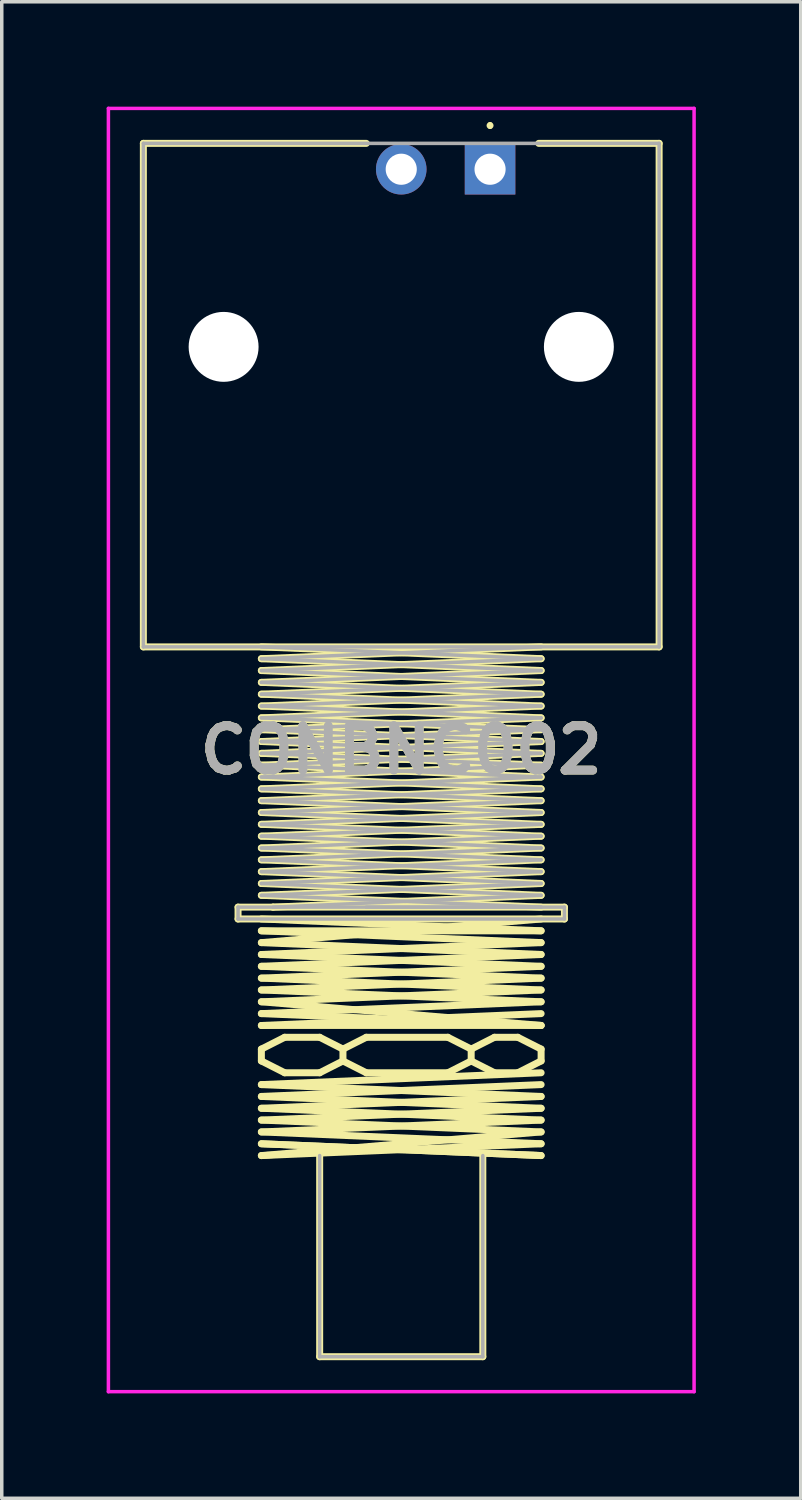
<source format=kicad_pcb>
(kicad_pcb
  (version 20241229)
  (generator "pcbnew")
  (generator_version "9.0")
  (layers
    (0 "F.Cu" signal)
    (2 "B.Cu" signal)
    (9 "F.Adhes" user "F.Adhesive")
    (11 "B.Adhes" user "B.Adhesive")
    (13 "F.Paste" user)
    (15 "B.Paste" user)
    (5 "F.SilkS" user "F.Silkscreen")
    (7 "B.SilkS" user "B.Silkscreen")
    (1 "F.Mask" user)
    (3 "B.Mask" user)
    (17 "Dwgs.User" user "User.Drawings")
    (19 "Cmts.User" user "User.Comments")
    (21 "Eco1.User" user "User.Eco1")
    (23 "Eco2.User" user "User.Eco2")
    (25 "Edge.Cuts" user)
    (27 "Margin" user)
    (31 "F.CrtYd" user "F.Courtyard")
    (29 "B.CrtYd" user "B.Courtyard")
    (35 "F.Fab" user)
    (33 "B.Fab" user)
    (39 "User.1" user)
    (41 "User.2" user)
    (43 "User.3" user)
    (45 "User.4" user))
  (footprint "CONBNC002"
    (layer "F.Cu")
    (at 10.965 1.79)
    (property "Reference" "CONBNC002" (at -2.54 16.61 0) (layer "F.SilkS") (effects (font (size 1.27 1.27) (thickness 0.254))))
    (attr through_hole)
    (fp_line (start -9.915 -0.74) (end -3.54 -0.74) (stroke (width 0.2) (type solid)) (layer "F.SilkS"))
    (fp_line (start -9.915 13.66) (end -9.915 -0.74) (stroke (width 0.2) (type solid)) (layer "F.SilkS"))
    (fp_line (start -7.207 21.103) (end -7.207 21.442) (stroke (width 0.2) (type solid)) (layer "F.SilkS"))
    (fp_line (start -7.207 21.442) (end 2.127 21.442) (stroke (width 0.2) (type solid)) (layer "F.SilkS"))
    (fp_line (start -6.54 13.998) (end 1.46 14.337) (stroke (width 0.2) (type solid)) (layer "F.SilkS"))
    (fp_line (start -6.54 14.337) (end 1.46 13.998) (stroke (width 0.2) (type solid)) (layer "F.SilkS"))
    (fp_line (start -6.54 14.675) (end 1.46 15.013) (stroke (width 0.2) (type solid)) (layer "F.SilkS"))
    (fp_line (start -6.54 15.013) (end 1.46 14.675) (stroke (width 0.2) (type solid)) (layer "F.SilkS"))
    (fp_line (start -6.54 15.352) (end 1.46 15.69) (stroke (width 0.2) (type solid)) (layer "F.SilkS"))
    (fp_line (start -6.54 15.69) (end 1.46 15.352) (stroke (width 0.2) (type solid)) (layer "F.SilkS"))
    (fp_line (start -6.54 16.028) (end 1.46 16.367) (stroke (width 0.2) (type solid)) (layer "F.SilkS"))
    (fp_line (start -6.54 16.367) (end 1.46 16.028) (stroke (width 0.2) (type solid)) (layer "F.SilkS"))
    (fp_line (start -6.54 16.705) (end 1.46 17.043) (stroke (width 0.2) (type solid)) (layer "F.SilkS"))
    (fp_line (start -6.54 17.043) (end 1.46 16.705) (stroke (width 0.2) (type solid)) (layer "F.SilkS"))
    (fp_line (start -6.54 17.382) (end 1.46 17.72) (stroke (width 0.2) (type solid)) (layer "F.SilkS"))
    (fp_line (start -6.54 17.72) (end 1.46 17.382) (stroke (width 0.2) (type solid)) (layer "F.SilkS"))
    (fp_line (start -6.54 18.058) (end 1.46 18.397) (stroke (width 0.2) (type solid)) (layer "F.SilkS"))
    (fp_line (start -6.54 18.397) (end 1.46 18.058) (stroke (width 0.2) (type solid)) (layer "F.SilkS"))
    (fp_line (start -6.54 18.735) (end 1.46 19.073) (stroke (width 0.2) (type solid)) (layer "F.SilkS"))
    (fp_line (start -6.54 19.073) (end 1.46 18.735) (stroke (width 0.2) (type solid)) (layer "F.SilkS"))
    (fp_line (start -6.54 19.412) (end 1.46 19.75) (stroke (width 0.2) (type solid)) (layer "F.SilkS"))
    (fp_line (start -6.54 19.75) (end 1.46 19.412) (stroke (width 0.2) (type solid)) (layer "F.SilkS"))
    (fp_line (start -6.54 20.088) (end 1.46 20.427) (stroke (width 0.2) (type solid)) (layer "F.SilkS"))
    (fp_line (start -6.54 20.427) (end 1.46 20.088) (stroke (width 0.2) (type solid)) (layer "F.SilkS"))
    (fp_line (start -6.54 20.765) (end 1.46 21.103) (stroke (width 0.2) (type solid)) (layer "F.SilkS"))
    (fp_line (start -6.54 21.78) (end 1.46 21.78) (stroke (width 0.2) (type solid)) (layer "F.SilkS"))
    (fp_line (start -6.54 22.118) (end 1.46 22.457) (stroke (width 0.2) (type solid)) (layer "F.SilkS"))
    (fp_line (start -6.54 22.457) (end 1.46 22.118) (stroke (width 0.2) (type solid)) (layer "F.SilkS"))
    (fp_line (start -6.54 22.795) (end 1.46 23.133) (stroke (width 0.2) (type solid)) (layer "F.SilkS"))
    (fp_line (start -6.54 23.133) (end 1.46 22.795) (stroke (width 0.2) (type solid)) (layer "F.SilkS"))
    (fp_line (start -6.54 23.472) (end 1.46 23.81) (stroke (width 0.2) (type solid)) (layer "F.SilkS"))
    (fp_line (start -6.54 23.81) (end 1.46 23.472) (stroke (width 0.2) (type solid)) (layer "F.SilkS"))
    (fp_line (start -6.54 24.148) (end 1.46 24.487) (stroke (width 0.2) (type solid)) (layer "F.SilkS"))
    (fp_line (start -6.54 24.487) (end 1.46 24.487) (stroke (width 0.2) (type solid)) (layer "F.SilkS"))
    (fp_line (start -6.54 25.163) (end -5.873 24.825) (stroke (width 0.2) (type solid)) (layer "F.SilkS"))
    (fp_line (start -6.54 25.502) (end -6.54 25.163) (stroke (width 0.2) (type solid)) (layer "F.SilkS"))
    (fp_line (start -6.54 26.178) (end 1.46 26.517) (stroke (width 0.2) (type solid)) (layer "F.SilkS"))
    (fp_line (start -6.54 26.517) (end 1.46 26.178) (stroke (width 0.2) (type solid)) (layer "F.SilkS"))
    (fp_line (start -6.54 26.855) (end 1.46 27.193) (stroke (width 0.2) (type solid)) (layer "F.SilkS"))
    (fp_line (start -6.54 27.193) (end 1.46 26.855) (stroke (width 0.2) (type solid)) (layer "F.SilkS"))
    (fp_line (start -6.54 27.532) (end 1.46 27.87) (stroke (width 0.2) (type solid)) (layer "F.SilkS"))
    (fp_line (start -6.54 27.87) (end 1.46 28.208) (stroke (width 0.2) (type solid)) (layer "F.SilkS"))
    (fp_line (start -6.54 28.208) (end 1.46 27.532) (stroke (width 0.2) (type solid)) (layer "F.SilkS"))
    (fp_line (start -6.207 21.103) (end -7.207 21.103) (stroke (width 0.2) (type solid)) (layer "F.SilkS"))
    (fp_line (start -6.207 21.103) (end 1.46 20.765) (stroke (width 0.2) (type solid)) (layer "F.SilkS"))
    (fp_line (start -5.873 24.825) (end -4.873 24.825) (stroke (width 0.2) (type solid)) (layer "F.SilkS"))
    (fp_line (start -5.873 25.84) (end -6.54 25.502) (stroke (width 0.2) (type solid)) (layer "F.SilkS"))
    (fp_line (start -4.873 24.825) (end -4.207 25.163) (stroke (width 0.2) (type solid)) (layer "F.SilkS"))
    (fp_line (start -4.873 25.84) (end -5.873 25.84) (stroke (width 0.2) (type solid)) (layer "F.SilkS"))
    (fp_line (start -4.873 33.96) (end -4.873 28.208) (stroke (width 0.2) (type solid)) (layer "F.SilkS"))
    (fp_line (start -4.207 25.163) (end -4.207 25.502) (stroke (width 0.2) (type solid)) (layer "F.SilkS"))
    (fp_line (start -4.207 25.502) (end -4.873 25.84) (stroke (width 0.2) (type solid)) (layer "F.SilkS"))
    (fp_line (start -4.207 25.502) (end -3.54 25.84) (stroke (width 0.2) (type solid)) (layer "F.SilkS"))
    (fp_line (start -3.54 24.825) (end -4.207 25.163) (stroke (width 0.2) (type solid)) (layer "F.SilkS"))
    (fp_line (start -3.54 25.84) (end -1.207 25.84) (stroke (width 0.2) (type solid)) (layer "F.SilkS"))
    (fp_line (start -1.207 24.825) (end -3.54 24.825) (stroke (width 0.2) (type solid)) (layer "F.SilkS"))
    (fp_line (start -1.207 25.84) (end -0.54 25.502) (stroke (width 0.2) (type solid)) (layer "F.SilkS"))
    (fp_line (start -0.54 25.163) (end -1.207 24.825) (stroke (width 0.2) (type solid)) (layer "F.SilkS"))
    (fp_line (start -0.54 25.502) (end -0.54 25.163) (stroke (width 0.2) (type solid)) (layer "F.SilkS"))
    (fp_line (start -0.54 25.502) (end 0.127 25.84) (stroke (width 0.2) (type solid)) (layer "F.SilkS"))
    (fp_line (start -0.207 28.208) (end -0.207 33.96) (stroke (width 0.2) (type solid)) (layer "F.SilkS"))
    (fp_line (start -0.207 33.96) (end -4.873 33.96) (stroke (width 0.2) (type solid)) (layer "F.SilkS"))
    (fp_line (start 0 -1.3) (end 0 -1.3) (stroke (width 0.1) (type solid)) (layer "F.SilkS"))
    (fp_line (start 0 -1.2) (end 0 -1.2) (stroke (width 0.1) (type solid)) (layer "F.SilkS"))
    (fp_line (start 0.127 24.825) (end -0.54 25.163) (stroke (width 0.2) (type solid)) (layer "F.SilkS"))
    (fp_line (start 0.127 25.84) (end 0.793 25.84) (stroke (width 0.2) (type solid)) (layer "F.SilkS"))
    (fp_line (start 0.793 24.825) (end 0.127 24.825) (stroke (width 0.2) (type solid)) (layer "F.SilkS"))
    (fp_line (start 0.793 25.84) (end 1.46 25.502) (stroke (width 0.2) (type solid)) (layer "F.SilkS"))
    (fp_line (start 1.393 -0.74) (end 4.835 -0.74) (stroke (width 0.2) (type solid)) (layer "F.SilkS"))
    (fp_line (start 1.46 13.66) (end -6.54 13.998) (stroke (width 0.2) (type solid)) (layer "F.SilkS"))
    (fp_line (start 1.46 13.998) (end -6.54 13.66) (stroke (width 0.2) (type solid)) (layer "F.SilkS"))
    (fp_line (start 1.46 14.337) (end -6.54 14.675) (stroke (width 0.2) (type solid)) (layer "F.SilkS"))
    (fp_line (start 1.46 14.675) (end -6.54 14.337) (stroke (width 0.2) (type solid)) (layer "F.SilkS"))
    (fp_line (start 1.46 15.013) (end -6.54 15.352) (stroke (width 0.2) (type solid)) (layer "F.SilkS"))
    (fp_line (start 1.46 15.352) (end -6.54 15.013) (stroke (width 0.2) (type solid)) (layer "F.SilkS"))
    (fp_line (start 1.46 15.69) (end -6.54 16.028) (stroke (width 0.2) (type solid)) (layer "F.SilkS"))
    (fp_line (start 1.46 16.028) (end -6.54 15.69) (stroke (width 0.2) (type solid)) (layer "F.SilkS"))
    (fp_line (start 1.46 16.367) (end -6.54 16.705) (stroke (width 0.2) (type solid)) (layer "F.SilkS"))
    (fp_line (start 1.46 16.705) (end -6.54 16.367) (stroke (width 0.2) (type solid)) (layer "F.SilkS"))
    (fp_line (start 1.46 17.043) (end -6.54 17.382) (stroke (width 0.2) (type solid)) (layer "F.SilkS"))
    (fp_line (start 1.46 17.382) (end -6.54 17.043) (stroke (width 0.2) (type solid)) (layer "F.SilkS"))
    (fp_line (start 1.46 17.72) (end -6.54 18.058) (stroke (width 0.2) (type solid)) (layer "F.SilkS"))
    (fp_line (start 1.46 18.058) (end -6.54 17.72) (stroke (width 0.2) (type solid)) (layer "F.SilkS"))
    (fp_line (start 1.46 18.397) (end -6.54 18.735) (stroke (width 0.2) (type solid)) (layer "F.SilkS"))
    (fp_line (start 1.46 18.735) (end -6.54 18.397) (stroke (width 0.2) (type solid)) (layer "F.SilkS"))
    (fp_line (start 1.46 19.073) (end -6.54 19.412) (stroke (width 0.2) (type solid)) (layer "F.SilkS"))
    (fp_line (start 1.46 19.412) (end -6.54 19.073) (stroke (width 0.2) (type solid)) (layer "F.SilkS"))
    (fp_line (start 1.46 19.75) (end -6.54 20.088) (stroke (width 0.2) (type solid)) (layer "F.SilkS"))
    (fp_line (start 1.46 20.088) (end -6.54 19.75) (stroke (width 0.2) (type solid)) (layer "F.SilkS"))
    (fp_line (start 1.46 20.427) (end -6.54 20.765) (stroke (width 0.2) (type solid)) (layer "F.SilkS"))
    (fp_line (start 1.46 20.765) (end -6.54 20.427) (stroke (width 0.2) (type solid)) (layer "F.SilkS"))
    (fp_line (start 1.46 21.442) (end -6.54 22.118) (stroke (width 0.2) (type solid)) (layer "F.SilkS"))
    (fp_line (start 1.46 21.78) (end -6.54 21.442) (stroke (width 0.2) (type solid)) (layer "F.SilkS"))
    (fp_line (start 1.46 22.118) (end -6.54 21.78) (stroke (width 0.2) (type solid)) (layer "F.SilkS"))
    (fp_line (start 1.46 22.457) (end -6.54 22.795) (stroke (width 0.2) (type solid)) (layer "F.SilkS"))
    (fp_line (start 1.46 22.795) (end -6.54 22.457) (stroke (width 0.2) (type solid)) (layer "F.SilkS"))
    (fp_line (start 1.46 23.133) (end -6.54 23.472) (stroke (width 0.2) (type solid)) (layer "F.SilkS"))
    (fp_line (start 1.46 23.472) (end -6.54 23.133) (stroke (width 0.2) (type solid)) (layer "F.SilkS"))
    (fp_line (start 1.46 23.81) (end -6.54 24.148) (stroke (width 0.2) (type solid)) (layer "F.SilkS"))
    (fp_line (start 1.46 24.148) (end -6.54 24.487) (stroke (width 0.2) (type solid)) (layer "F.SilkS"))
    (fp_line (start 1.46 24.487) (end -6.54 23.81) (stroke (width 0.2) (type solid)) (layer "F.SilkS"))
    (fp_line (start 1.46 25.163) (end 0.793 24.825) (stroke (width 0.2) (type solid)) (layer "F.SilkS"))
    (fp_line (start 1.46 25.502) (end 1.46 25.163) (stroke (width 0.2) (type solid)) (layer "F.SilkS"))
    (fp_line (start 1.46 25.84) (end -6.54 26.178) (stroke (width 0.2) (type solid)) (layer "F.SilkS"))
    (fp_line (start 1.46 26.517) (end -6.54 26.855) (stroke (width 0.2) (type solid)) (layer "F.SilkS"))
    (fp_line (start 1.46 26.855) (end -6.54 26.517) (stroke (width 0.2) (type solid)) (layer "F.SilkS"))
    (fp_line (start 1.46 27.193) (end -6.54 27.532) (stroke (width 0.2) (type solid)) (layer "F.SilkS"))
    (fp_line (start 1.46 27.532) (end -6.54 27.193) (stroke (width 0.2) (type solid)) (layer "F.SilkS"))
    (fp_line (start 1.46 27.87) (end -6.54 28.208) (stroke (width 0.2) (type solid)) (layer "F.SilkS"))
    (fp_line (start 1.46 28.208) (end -6.54 27.87) (stroke (width 0.2) (type solid)) (layer "F.SilkS"))
    (fp_line (start 2.127 21.103) (end -6.207 21.103) (stroke (width 0.2) (type solid)) (layer "F.SilkS"))
    (fp_line (start 2.127 21.442) (end 2.127 21.103) (stroke (width 0.2) (type solid)) (layer "F.SilkS"))
    (fp_line (start 4.835 -0.74) (end 4.835 13.66) (stroke (width 0.2) (type solid)) (layer "F.SilkS"))
    (fp_line (start 4.835 13.66) (end -9.915 13.66) (stroke (width 0.2) (type solid)) (layer "F.SilkS"))
    (fp_arc (start 0 -1.3) (mid 0.05 -1.25) (end 0 -1.2) (stroke (width 0.1) (type solid)) (layer "F.SilkS"))
    (fp_arc (start 0 -1.2) (mid -0.05 -1.25) (end 0 -1.3) (stroke (width 0.1) (type solid)) (layer "F.SilkS"))
    (fp_line (start -10.915 -1.74) (end 5.835 -1.74) (stroke (width 0.1) (type solid)) (layer "F.CrtYd"))
    (fp_line (start -10.915 34.96) (end -10.915 -1.74) (stroke (width 0.1) (type solid)) (layer "F.CrtYd"))
    (fp_line (start 5.835 -1.74) (end 5.835 34.96) (stroke (width 0.1) (type solid)) (layer "F.CrtYd"))
    (fp_line (start 5.835 34.96) (end -10.915 34.96) (stroke (width 0.1) (type solid)) (layer "F.CrtYd"))
    (fp_line (start -9.915 -0.74) (end 4.835 -0.74) (stroke (width 0.1) (type solid)) (layer "F.Fab"))
    (fp_line (start -9.915 13.66) (end -9.915 -0.74) (stroke (width 0.1) (type solid)) (layer "F.Fab"))
    (fp_line (start -7.207 21.103) (end -7.207 21.442) (stroke (width 0.1) (type solid)) (layer "F.Fab"))
    (fp_line (start -7.207 21.442) (end 2.127 21.442) (stroke (width 0.1) (type solid)) (layer "F.Fab"))
    (fp_line (start -6.54 13.998) (end 1.46 14.337) (stroke (width 0.1) (type solid)) (layer "F.Fab"))
    (fp_line (start -6.54 14.337) (end 1.46 13.998) (stroke (width 0.1) (type solid)) (layer "F.Fab"))
    (fp_line (start -6.54 14.675) (end 1.46 15.013) (stroke (width 0.1) (type solid)) (layer "F.Fab"))
    (fp_line (start -6.54 15.013) (end 1.46 14.675) (stroke (width 0.1) (type solid)) (layer "F.Fab"))
    (fp_line (start -6.54 15.352) (end 1.46 15.69) (stroke (width 0.1) (type solid)) (layer "F.Fab"))
    (fp_line (start -6.54 15.69) (end 1.46 15.352) (stroke (width 0.1) (type solid)) (layer "F.Fab"))
    (fp_line (start -6.54 16.028) (end 1.46 16.367) (stroke (width 0.1) (type solid)) (layer "F.Fab"))
    (fp_line (start -6.54 16.367) (end 1.46 16.028) (stroke (width 0.1) (type solid)) (layer "F.Fab"))
    (fp_line (start -6.54 16.705) (end 1.46 17.043) (stroke (width 0.1) (type solid)) (layer "F.Fab"))
    (fp_line (start -6.54 17.043) (end 1.46 16.705) (stroke (width 0.1) (type solid)) (layer "F.Fab"))
    (fp_line (start -6.54 17.382) (end 1.46 17.72) (stroke (width 0.1) (type solid)) (layer "F.Fab"))
    (fp_line (start -6.54 17.72) (end 1.46 17.382) (stroke (width 0.1) (type solid)) (layer "F.Fab"))
    (fp_line (start -6.54 18.058) (end 1.46 18.397) (stroke (width 0.1) (type solid)) (layer "F.Fab"))
    (fp_line (start -6.54 18.397) (end 1.46 18.058) (stroke (width 0.1) (type solid)) (layer "F.Fab"))
    (fp_line (start -6.54 18.735) (end 1.46 19.073) (stroke (width 0.1) (type solid)) (layer "F.Fab"))
    (fp_line (start -6.54 19.073) (end 1.46 18.735) (stroke (width 0.1) (type solid)) (layer "F.Fab"))
    (fp_line (start -6.54 19.412) (end 1.46 19.75) (stroke (width 0.1) (type solid)) (layer "F.Fab"))
    (fp_line (start -6.54 19.75) (end 1.46 19.412) (stroke (width 0.1) (type solid)) (layer "F.Fab"))
    (fp_line (start -6.54 20.088) (end 1.46 20.427) (stroke (width 0.1) (type solid)) (layer "F.Fab"))
    (fp_line (start -6.54 20.427) (end 1.46 20.088) (stroke (width 0.1) (type solid)) (layer "F.Fab"))
    (fp_line (start -6.54 20.765) (end 1.46 21.103) (stroke (width 0.1) (type solid)) (layer "F.Fab"))
    (fp_line (start -6.207 21.103) (end 1.46 20.765) (stroke (width 0.1) (type solid)) (layer "F.Fab"))
    (fp_line (start -4.873 33.96) (end -4.873 28.208) (stroke (width 0.1) (type solid)) (layer "F.Fab"))
    (fp_line (start -0.207 28.208) (end -0.207 33.96) (stroke (width 0.1) (type solid)) (layer "F.Fab"))
    (fp_line (start -0.207 33.96) (end -4.873 33.96) (stroke (width 0.1) (type solid)) (layer "F.Fab"))
    (fp_line (start 1.46 13.66) (end -6.54 13.998) (stroke (width 0.1) (type solid)) (layer "F.Fab"))
    (fp_line (start 1.46 13.998) (end -6.54 13.66) (stroke (width 0.1) (type solid)) (layer "F.Fab"))
    (fp_line (start 1.46 14.337) (end -6.54 14.675) (stroke (width 0.1) (type solid)) (layer "F.Fab"))
    (fp_line (start 1.46 14.675) (end -6.54 14.337) (stroke (width 0.1) (type solid)) (layer "F.Fab"))
    (fp_line (start 1.46 15.013) (end -6.54 15.352) (stroke (width 0.1) (type solid)) (layer "F.Fab"))
    (fp_line (start 1.46 15.352) (end -6.54 15.013) (stroke (width 0.1) (type solid)) (layer "F.Fab"))
    (fp_line (start 1.46 15.69) (end -6.54 16.028) (stroke (width 0.1) (type solid)) (layer "F.Fab"))
    (fp_line (start 1.46 16.028) (end -6.54 15.69) (stroke (width 0.1) (type solid)) (layer "F.Fab"))
    (fp_line (start 1.46 16.367) (end -6.54 16.705) (stroke (width 0.1) (type solid)) (layer "F.Fab"))
    (fp_line (start 1.46 16.705) (end -6.54 16.367) (stroke (width 0.1) (type solid)) (layer "F.Fab"))
    (fp_line (start 1.46 17.043) (end -6.54 17.382) (stroke (width 0.1) (type solid)) (layer "F.Fab"))
    (fp_line (start 1.46 17.382) (end -6.54 17.043) (stroke (width 0.1) (type solid)) (layer "F.Fab"))
    (fp_line (start 1.46 17.72) (end -6.54 18.058) (stroke (width 0.1) (type solid)) (layer "F.Fab"))
    (fp_line (start 1.46 18.058) (end -6.54 17.72) (stroke (width 0.1) (type solid)) (layer "F.Fab"))
    (fp_line (start 1.46 18.397) (end -6.54 18.735) (stroke (width 0.1) (type solid)) (layer "F.Fab"))
    (fp_line (start 1.46 18.735) (end -6.54 18.397) (stroke (width 0.1) (type solid)) (layer "F.Fab"))
    (fp_line (start 1.46 19.073) (end -6.54 19.412) (stroke (width 0.1) (type solid)) (layer "F.Fab"))
    (fp_line (start 1.46 19.412) (end -6.54 19.073) (stroke (width 0.1) (type solid)) (layer "F.Fab"))
    (fp_line (start 1.46 19.75) (end -6.54 20.088) (stroke (width 0.1) (type solid)) (layer "F.Fab"))
    (fp_line (start 1.46 20.088) (end -6.54 19.75) (stroke (width 0.1) (type solid)) (layer "F.Fab"))
    (fp_line (start 1.46 20.427) (end -6.54 20.765) (stroke (width 0.1) (type solid)) (layer "F.Fab"))
    (fp_line (start 1.46 20.765) (end -6.54 20.427) (stroke (width 0.1) (type solid)) (layer "F.Fab"))
    (fp_line (start 1.46 21.103) (end -7.207 21.103) (stroke (width 0.1) (type solid)) (layer "F.Fab"))
    (fp_line (start 2.127 21.103) (end -3.54 21.103) (stroke (width 0.1) (type solid)) (layer "F.Fab"))
    (fp_line (start 2.127 21.442) (end 2.127 21.103) (stroke (width 0.1) (type solid)) (layer "F.Fab"))
    (fp_line (start 4.835 -0.74) (end 4.835 13.66) (stroke (width 0.1) (type solid)) (layer "F.Fab"))
    (fp_line (start 4.835 13.66) (end -9.915 13.66) (stroke (width 0.1) (type solid)) (layer "F.Fab"))
    (fp_text user "${REFERENCE}" (at -2.54 16.61 0) (layer "F.Fab") (effects (font (size 1.27 1.27) (thickness 0.254))))
    (pad "" np_thru_hole circle (at -7.62 5.08) (size 2 2) (drill 2) (layers "*.Cu" "*.Mask"))
    (pad "" np_thru_hole circle (at 2.54 5.08) (size 2 2) (drill 2) (layers "*.Cu" "*.Mask"))
    (pad "1" thru_hole rect (at 0 0) (size 1.446 1.446) (drill 0.89) (layers "*.Cu" "*.Mask"))
    (pad "2" thru_hole circle (at -2.54 0) (size 1.446 1.446) (drill 0.89) (layers "*.Cu" "*.Mask")))
  (gr_rect
    (start -3 -3)
    (end 19.85 39.8)
    (stroke (width 0.1) (type default))
    (fill no)
    (layer "Edge.Cuts")))
</source>
